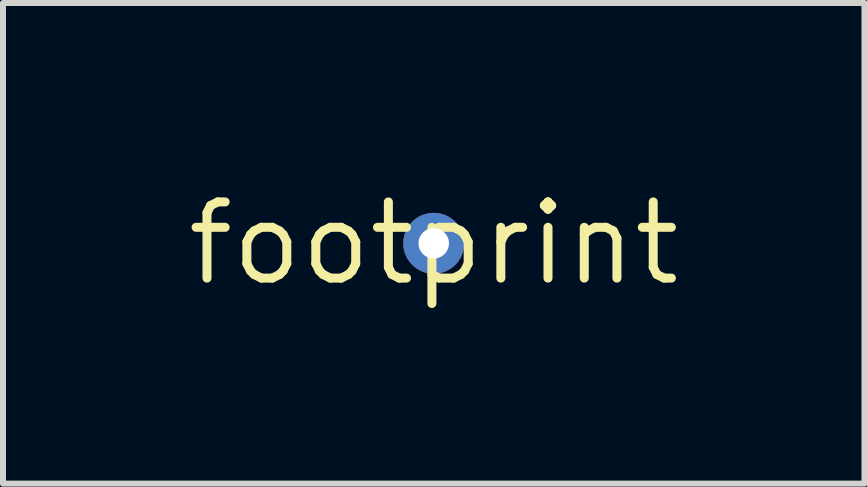
<source format=kicad_pcb>
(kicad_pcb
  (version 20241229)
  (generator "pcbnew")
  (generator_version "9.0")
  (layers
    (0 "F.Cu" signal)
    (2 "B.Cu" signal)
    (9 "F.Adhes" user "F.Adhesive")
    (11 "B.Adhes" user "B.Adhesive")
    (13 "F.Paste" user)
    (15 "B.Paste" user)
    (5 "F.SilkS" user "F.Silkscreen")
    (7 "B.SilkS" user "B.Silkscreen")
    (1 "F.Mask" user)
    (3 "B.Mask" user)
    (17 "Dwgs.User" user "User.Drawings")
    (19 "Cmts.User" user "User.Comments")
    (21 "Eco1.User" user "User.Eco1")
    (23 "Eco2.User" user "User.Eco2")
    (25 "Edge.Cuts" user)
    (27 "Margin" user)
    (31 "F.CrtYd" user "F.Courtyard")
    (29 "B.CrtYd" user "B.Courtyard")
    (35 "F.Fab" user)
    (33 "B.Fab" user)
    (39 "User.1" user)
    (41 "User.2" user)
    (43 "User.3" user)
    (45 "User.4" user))
  (footprint "footprint"
    (layer "F.Cu")
    (at 4.18 1.006)
    (property "Reference" "footprint" (at 0 0 0) (layer "F.SilkS") (effects (font (size 1.27 1.27) (thickness 0.15))))
    (pad "P$1" thru_hole circle (at 0 0) (size 1.016 1.016) (drill 0.508) (layers "*.Cu" "*.Mask")))
  (gr_rect
    (start -3 -3)
    (end 11.36 5.012)
    (stroke (width 0.1) (type default))
    (fill no)
    (layer "Edge.Cuts")))
</source>
